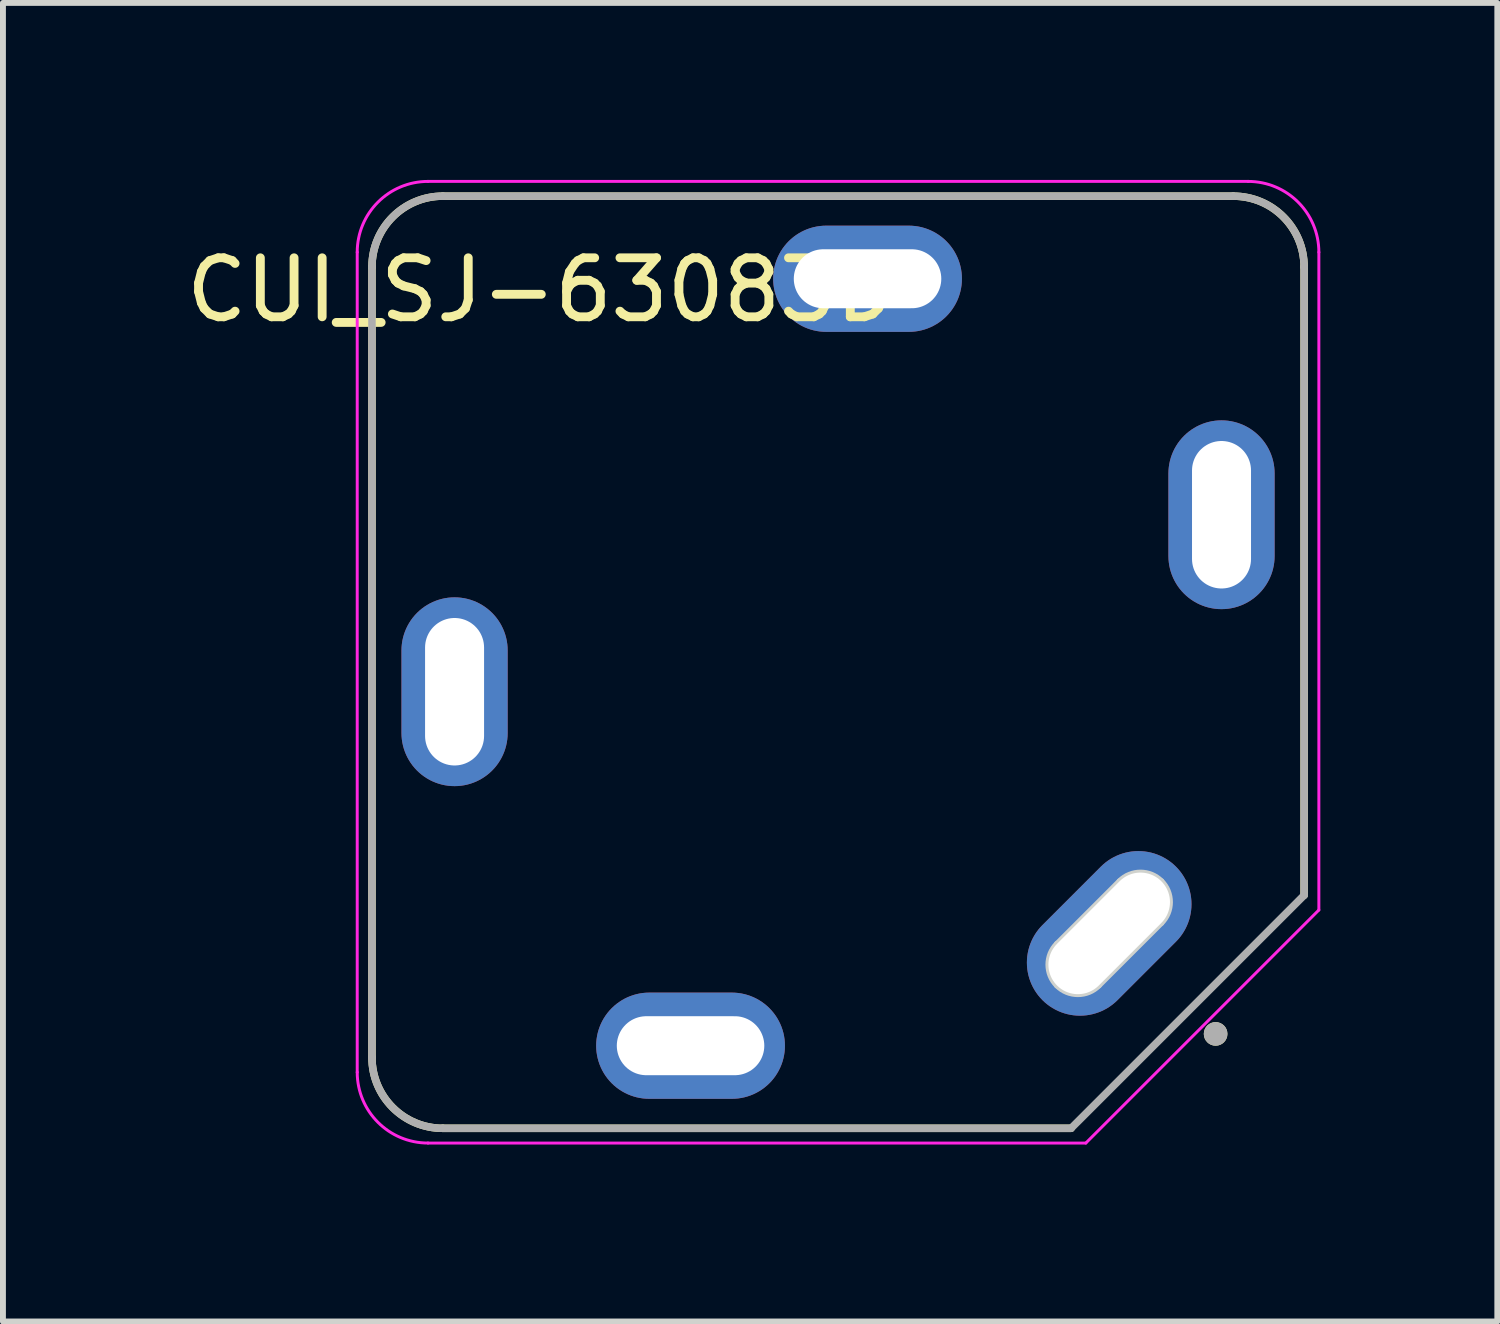
<source format=kicad_pcb>
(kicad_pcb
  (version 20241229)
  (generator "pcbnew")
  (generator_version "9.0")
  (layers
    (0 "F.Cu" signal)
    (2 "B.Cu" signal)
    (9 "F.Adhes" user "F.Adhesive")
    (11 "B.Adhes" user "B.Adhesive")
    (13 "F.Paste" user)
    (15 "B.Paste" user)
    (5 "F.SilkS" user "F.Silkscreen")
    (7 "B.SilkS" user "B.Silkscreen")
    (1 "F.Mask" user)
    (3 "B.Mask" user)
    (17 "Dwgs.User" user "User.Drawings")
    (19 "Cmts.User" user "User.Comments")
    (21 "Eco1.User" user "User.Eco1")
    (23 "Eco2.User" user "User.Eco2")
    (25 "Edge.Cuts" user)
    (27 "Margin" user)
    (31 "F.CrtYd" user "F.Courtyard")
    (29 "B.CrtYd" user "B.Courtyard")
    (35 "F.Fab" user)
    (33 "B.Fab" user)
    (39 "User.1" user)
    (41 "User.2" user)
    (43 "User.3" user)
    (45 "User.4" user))
  (footprint "CUI_SJ-63083D"
    (layer "F.Cu")
    (at 11.155 8.175)
    (property "Reference" "CUI_SJ-63083D" (at -5.03 -6.31 0) (layer "F.SilkS") (effects (font (size 1 1) (thickness 0.15))))
    (attr through_hole)
    (fp_line (start -7.9 6.7) (end -7.9 -6.7) (stroke (width 0.127) (type solid)) (layer "F.SilkS"))
    (fp_line (start -6.7 -7.9) (end 6.7 -7.9) (stroke (width 0.127) (type solid)) (layer "F.SilkS"))
    (fp_line (start 3.95 7.9) (end -6.7 7.9) (stroke (width 0.127) (type solid)) (layer "F.SilkS"))
    (fp_line (start 7.9 -6.7) (end 7.9 3.95) (stroke (width 0.127) (type solid)) (layer "F.SilkS"))
    (fp_arc (start -7.9 -6.7) (mid -7.548528 -7.548528) (end -6.7 -7.9) (stroke (width 0.127) (type solid)) (layer "F.SilkS"))
    (fp_arc (start -6.7 7.9) (mid -7.548528 7.548528) (end -7.9 6.7) (stroke (width 0.127) (type solid)) (layer "F.SilkS"))
    (fp_arc (start 6.7 -7.9) (mid 7.548528 -7.548528) (end 7.9 -6.7) (stroke (width 0.127) (type solid)) (layer "F.SilkS"))
    (fp_circle (center 6.4 6.3) (end 6.5 6.3) (stroke (width 0.2) (type solid)) (fill no) (layer "F.SilkS"))
    (fp_line (start 3.712 4.773) (end 4.773 3.712) (stroke (width 0.1) (type solid)) (layer "Edge.Cuts"))
    (fp_line (start 5.48 4.419) (end 4.419 5.48) (stroke (width 0.1) (type solid)) (layer "Edge.Cuts"))
    (fp_arc (start 3.71212 5.47988) (mid 3.565675 5.12633) (end 3.71212 4.77278) (stroke (width 0.1) (type solid)) (layer "Edge.Cuts"))
    (fp_arc (start 4.41922 5.47988) (mid 4.06567 5.626325) (end 3.71212 5.47988) (stroke (width 0.1) (type solid)) (layer "Edge.Cuts"))
    (fp_arc (start 4.77278 3.71212) (mid 5.12633 3.565675) (end 5.47988 3.71212) (stroke (width 0.1) (type solid)) (layer "Edge.Cuts"))
    (fp_arc (start 5.47988 3.71212) (mid 5.626325 4.06567) (end 5.47988 4.41922) (stroke (width 0.1) (type solid)) (layer "Edge.Cuts"))
    (fp_line (start -8.15 6.95) (end -8.15 -6.95) (stroke (width 0.05) (type solid)) (layer "F.CrtYd"))
    (fp_line (start -6.95 -8.15) (end 6.95 -8.15) (stroke (width 0.05) (type solid)) (layer "F.CrtYd"))
    (fp_line (start 4.2 8.15) (end -6.95 8.15) (stroke (width 0.05) (type solid)) (layer "F.CrtYd"))
    (fp_line (start 8.15 -6.95) (end 8.15 4.2) (stroke (width 0.05) (type solid)) (layer "F.CrtYd"))
    (fp_line (start 8.15 4.2) (end 4.2 8.15) (stroke (width 0.05) (type solid)) (layer "F.CrtYd"))
    (fp_arc (start -8.15 -6.95) (mid -7.798528 -7.798528) (end -6.95 -8.15) (stroke (width 0.05) (type solid)) (layer "F.CrtYd"))
    (fp_arc (start -6.95 8.15) (mid -7.798528 7.798528) (end -8.15 6.95) (stroke (width 0.05) (type solid)) (layer "F.CrtYd"))
    (fp_arc (start 6.95 -8.15) (mid 7.798528 -7.798528) (end 8.15 -6.95) (stroke (width 0.05) (type solid)) (layer "F.CrtYd"))
    (fp_line (start -7.9 6.7) (end -7.9 -6.7) (stroke (width 0.127) (type solid)) (layer "F.Fab"))
    (fp_line (start -6.7 -7.9) (end 6.7 -7.9) (stroke (width 0.127) (type solid)) (layer "F.Fab"))
    (fp_line (start 3.95 7.9) (end -6.7 7.9) (stroke (width 0.127) (type solid)) (layer "F.Fab"))
    (fp_line (start 7.9 -6.7) (end 7.9 3.95) (stroke (width 0.127) (type solid)) (layer "F.Fab"))
    (fp_line (start 7.9 3.95) (end 3.95 7.9) (stroke (width 0.127) (type solid)) (layer "F.Fab"))
    (fp_arc (start -7.9 -6.7) (mid -7.548528 -7.548528) (end -6.7 -7.9) (stroke (width 0.127) (type solid)) (layer "F.Fab"))
    (fp_arc (start -6.7 7.9) (mid -7.548528 7.548528) (end -7.9 6.7) (stroke (width 0.127) (type solid)) (layer "F.Fab"))
    (fp_arc (start 6.7 -7.9) (mid 7.548528 -7.548528) (end 7.9 -6.7) (stroke (width 0.127) (type solid)) (layer "F.Fab"))
    (fp_circle (center 6.4 6.3) (end 6.5 6.3) (stroke (width 0.2) (type solid)) (fill no) (layer "F.Fab"))
    (pad "R" thru_hole oval (at -6.5 0.5) (size 1.8 3.2) (drill oval 1 2.5) (layers "*.Cu" "*.Mask"))
    (pad "RN" thru_hole oval (at -2.5 6.5) (size 3.2 1.8) (drill oval 2.5 1) (layers "*.Cu" "*.Mask"))
    (pad "S" thru_hole oval (at 4.596 4.596 315) (size 1.8 3.2) (drill oval 1 2.5) (layers "*.Cu" "*.Mask"))
    (pad "T" thru_hole oval (at 0.5 -6.5) (size 3.2 1.8) (drill oval 2.5 1) (layers "*.Cu" "*.Mask"))
    (pad "TN" thru_hole oval (at 6.5 -2.5) (size 1.8 3.2) (drill oval 1 2.5) (layers "*.Cu" "*.Mask")))
  (gr_rect
    (start -3 -3)
    (end 22.33 19.35)
    (stroke (width 0.1) (type default))
    (fill no)
    (layer "Edge.Cuts")))
</source>
